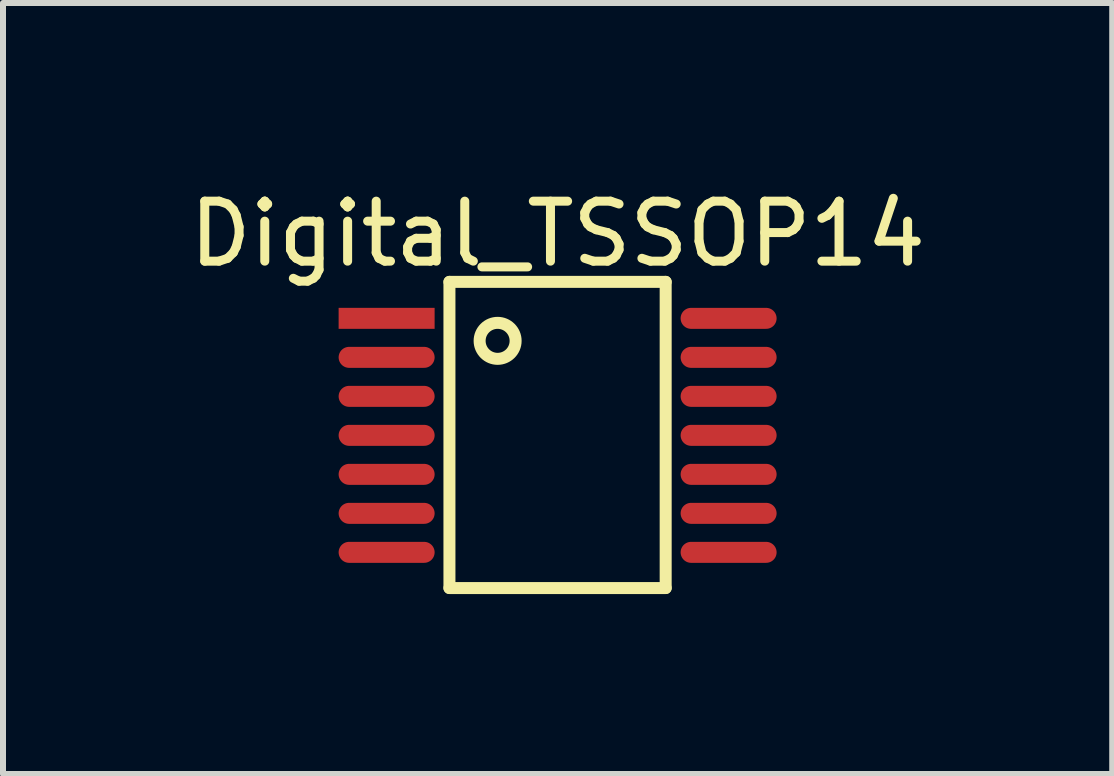
<source format=kicad_pcb>
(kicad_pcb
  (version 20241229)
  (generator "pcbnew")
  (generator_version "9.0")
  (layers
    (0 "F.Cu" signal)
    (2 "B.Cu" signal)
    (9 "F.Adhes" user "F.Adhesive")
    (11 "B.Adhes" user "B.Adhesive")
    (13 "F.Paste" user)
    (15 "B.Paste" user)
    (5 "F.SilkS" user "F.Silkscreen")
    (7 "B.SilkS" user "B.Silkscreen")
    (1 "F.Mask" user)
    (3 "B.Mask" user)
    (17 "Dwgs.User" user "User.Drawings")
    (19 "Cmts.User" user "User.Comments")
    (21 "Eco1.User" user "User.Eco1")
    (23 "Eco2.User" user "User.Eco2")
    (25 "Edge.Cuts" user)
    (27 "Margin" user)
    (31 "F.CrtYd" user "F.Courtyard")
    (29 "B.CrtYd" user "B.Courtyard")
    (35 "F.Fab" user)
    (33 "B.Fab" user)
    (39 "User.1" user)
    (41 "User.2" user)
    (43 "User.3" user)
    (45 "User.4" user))
  (footprint "Digital_TSSOP14"
    (layer "F.Cu")
    (at 6.244 4.531)
    (property "Reference" "Digital_TSSOP14" (at 0 -3.683 0) (layer "F.SilkS") (effects (font (size 1 1) (thickness 0.15))))
    (fp_line (start -1.803 -2.883) (end 1.801 -2.883) (stroke (width 0.2) (type solid)) (layer "F.SilkS"))
    (fp_line (start -1.803 2.22) (end -1.803 -2.883) (stroke (width 0.2) (type solid)) (layer "F.SilkS"))
    (fp_line (start -1.803 2.22) (end 1.801 2.22) (stroke (width 0.2) (type solid)) (layer "F.SilkS"))
    (fp_line (start 1.801 2.22) (end 1.801 -2.883) (stroke (width 0.2) (type solid)) (layer "F.SilkS"))
    (fp_circle (center -1 -1.9) (end -1 -2.2) (stroke (width 0.2) (type solid)) (fill no) (layer "F.SilkS"))
    (pad "1" smd rect (at -2.85 -2.275 90) (size 0.35 1.6) (layers "F.Cu" "F.Mask" "F.Paste"))
    (pad "2" smd oval (at -2.85 -1.625 90) (size 0.35 1.6) (layers "F.Cu" "F.Mask" "F.Paste"))
    (pad "3" smd oval (at -2.85 -0.975 90) (size 0.35 1.6) (layers "F.Cu" "F.Mask" "F.Paste"))
    (pad "4" smd oval (at -2.85 -0.325 90) (size 0.35 1.6) (layers "F.Cu" "F.Mask" "F.Paste"))
    (pad "5" smd oval (at -2.85 0.325 90) (size 0.35 1.6) (layers "F.Cu" "F.Mask" "F.Paste"))
    (pad "6" smd oval (at -2.85 0.975 90) (size 0.35 1.6) (layers "F.Cu" "F.Mask" "F.Paste"))
    (pad "7" smd oval (at -2.85 1.625 90) (size 0.35 1.6) (layers "F.Cu" "F.Mask" "F.Paste"))
    (pad "8" smd oval (at 2.85 1.625 90) (size 0.35 1.6) (layers "F.Cu" "F.Mask" "F.Paste"))
    (pad "9" smd oval (at 2.85 0.975 90) (size 0.35 1.6) (layers "F.Cu" "F.Mask" "F.Paste"))
    (pad "10" smd oval (at 2.85 0.325 90) (size 0.35 1.6) (layers "F.Cu" "F.Mask" "F.Paste"))
    (pad "11" smd oval (at 2.85 -0.325 90) (size 0.35 1.6) (layers "F.Cu" "F.Mask" "F.Paste"))
    (pad "12" smd oval (at 2.85 -0.975 90) (size 0.35 1.6) (layers "F.Cu" "F.Mask" "F.Paste"))
    (pad "13" smd oval (at 2.85 -1.625 90) (size 0.35 1.6) (layers "F.Cu" "F.Mask" "F.Paste"))
    (pad "14" smd oval (at 2.85 -2.275 90) (size 0.35 1.6) (layers "F.Cu" "F.Mask" "F.Paste")))
  (gr_rect
    (start -3 -3)
    (end 15.488 9.851)
    (stroke (width 0.1) (type default))
    (fill no)
    (layer "Edge.Cuts")))
</source>
